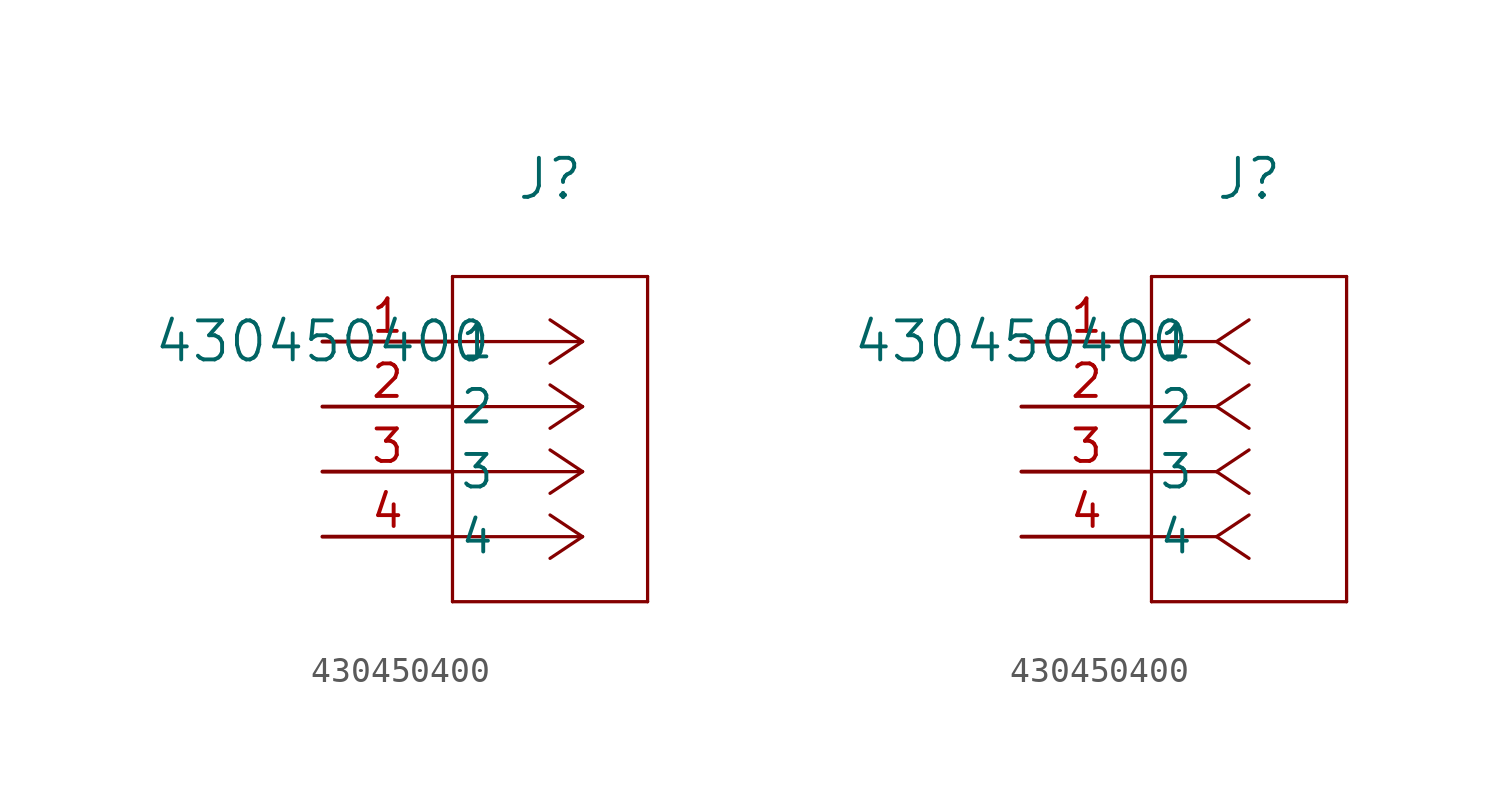
<source format=kicad_sym>
(kicad_symbol_lib
  (version 20211014)
  (generator kicad_symbol_editor)
  (symbol "430450400"
    (pin_names
      (offset 0.254))
    (property "Reference" "J"
      (at 8.89 6.35 0)
      (effects (font (size 1.524 1.524))))
    (property "Value" "430450400"
      (at 0 0 0)
      (effects (font (size 1.524 1.524))))
    (symbol "430450400_1_1"
      (polyline (pts (xy 10.16 0) (xy 5.08 0)) (stroke (width 0.127) (type default) (color 0 0 0 0)) (fill (type none)))
      (polyline (pts (xy 10.16 -2.54) (xy 5.08 -2.54)) (stroke (width 0.127) (type default) (color 0 0 0 0)) (fill (type none)))
      (polyline (pts (xy 10.16 -5.08) (xy 5.08 -5.08)) (stroke (width 0.127) (type default) (color 0 0 0 0)) (fill (type none)))
      (polyline (pts (xy 10.16 -7.62) (xy 5.08 -7.62)) (stroke (width 0.127) (type default) (color 0 0 0 0)) (fill (type none)))
      (polyline (pts (xy 10.16 0) (xy 8.89 0.847)) (stroke (width 0.127) (type default) (color 0 0 0 0)) (fill (type none)))
      (polyline (pts (xy 10.16 -2.54) (xy 8.89 -1.693)) (stroke (width 0.127) (type default) (color 0 0 0 0)) (fill (type none)))
      (polyline (pts (xy 10.16 -5.08) (xy 8.89 -4.233)) (stroke (width 0.127) (type default) (color 0 0 0 0)) (fill (type none)))
      (polyline (pts (xy 10.16 -7.62) (xy 8.89 -6.773)) (stroke (width 0.127) (type default) (color 0 0 0 0)) (fill (type none)))
      (polyline (pts (xy 10.16 0) (xy 8.89 -0.847)) (stroke (width 0.127) (type default) (color 0 0 0 0)) (fill (type none)))
      (polyline (pts (xy 10.16 -2.54) (xy 8.89 -3.387)) (stroke (width 0.127) (type default) (color 0 0 0 0)) (fill (type none)))
      (polyline (pts (xy 10.16 -5.08) (xy 8.89 -5.927)) (stroke (width 0.127) (type default) (color 0 0 0 0)) (fill (type none)))
      (polyline (pts (xy 10.16 -7.62) (xy 8.89 -8.467)) (stroke (width 0.127) (type default) (color 0 0 0 0)) (fill (type none)))
      (polyline (pts (xy 5.08 2.54) (xy 5.08 -10.16)) (stroke (width 0.127) (type default) (color 0 0 0 0)) (fill (type none)))
      (polyline (pts (xy 5.08 -10.16) (xy 12.7 -10.16)) (stroke (width 0.127) (type default) (color 0 0 0 0)) (fill (type none)))
      (polyline (pts (xy 12.7 -10.16) (xy 12.7 2.54)) (stroke (width 0.127) (type default) (color 0 0 0 0)) (fill (type none)))
      (polyline (pts (xy 12.7 2.54) (xy 5.08 2.54)) (stroke (width 0.127) (type default) (color 0 0 0 0)) (fill (type none)))
      (pin unspecified line (at 0 0 0) (length 5.08) (name "1" (effects (font (size 1.27 1.27)))) (number "1" (effects (font (size 1.27 1.27)))))
      (pin unspecified line (at 0 -2.54 0) (length 5.08) (name "2" (effects (font (size 1.27 1.27)))) (number "2" (effects (font (size 1.27 1.27)))))
      (pin unspecified line (at 0 -5.08 0) (length 5.08) (name "3" (effects (font (size 1.27 1.27)))) (number "3" (effects (font (size 1.27 1.27)))))
      (pin unspecified line (at 0 -7.62 0) (length 5.08) (name "4" (effects (font (size 1.27 1.27)))) (number "4" (effects (font (size 1.27 1.27))))))
    (symbol "430450400_1_2"
      (polyline (pts (xy 7.62 0) (xy 5.08 0)) (stroke (width 0.127) (type default) (color 0 0 0 0)) (fill (type none)))
      (polyline (pts (xy 7.62 -2.54) (xy 5.08 -2.54)) (stroke (width 0.127) (type default) (color 0 0 0 0)) (fill (type none)))
      (polyline (pts (xy 7.62 -5.08) (xy 5.08 -5.08)) (stroke (width 0.127) (type default) (color 0 0 0 0)) (fill (type none)))
      (polyline (pts (xy 7.62 -7.62) (xy 5.08 -7.62)) (stroke (width 0.127) (type default) (color 0 0 0 0)) (fill (type none)))
      (polyline (pts (xy 7.62 0) (xy 8.89 0.847)) (stroke (width 0.127) (type default) (color 0 0 0 0)) (fill (type none)))
      (polyline (pts (xy 7.62 -2.54) (xy 8.89 -1.693)) (stroke (width 0.127) (type default) (color 0 0 0 0)) (fill (type none)))
      (polyline (pts (xy 7.62 -5.08) (xy 8.89 -4.233)) (stroke (width 0.127) (type default) (color 0 0 0 0)) (fill (type none)))
      (polyline (pts (xy 7.62 -7.62) (xy 8.89 -6.773)) (stroke (width 0.127) (type default) (color 0 0 0 0)) (fill (type none)))
      (polyline (pts (xy 7.62 0) (xy 8.89 -0.847)) (stroke (width 0.127) (type default) (color 0 0 0 0)) (fill (type none)))
      (polyline (pts (xy 7.62 -2.54) (xy 8.89 -3.387)) (stroke (width 0.127) (type default) (color 0 0 0 0)) (fill (type none)))
      (polyline (pts (xy 7.62 -5.08) (xy 8.89 -5.927)) (stroke (width 0.127) (type default) (color 0 0 0 0)) (fill (type none)))
      (polyline (pts (xy 7.62 -7.62) (xy 8.89 -8.467)) (stroke (width 0.127) (type default) (color 0 0 0 0)) (fill (type none)))
      (polyline (pts (xy 5.08 2.54) (xy 5.08 -10.16)) (stroke (width 0.127) (type default) (color 0 0 0 0)) (fill (type none)))
      (polyline (pts (xy 5.08 -10.16) (xy 12.7 -10.16)) (stroke (width 0.127) (type default) (color 0 0 0 0)) (fill (type none)))
      (polyline (pts (xy 12.7 -10.16) (xy 12.7 2.54)) (stroke (width 0.127) (type default) (color 0 0 0 0)) (fill (type none)))
      (polyline (pts (xy 12.7 2.54) (xy 5.08 2.54)) (stroke (width 0.127) (type default) (color 0 0 0 0)) (fill (type none)))
      (pin unspecified line (at 0 0 0) (length 5.08) (name "1" (effects (font (size 1.27 1.27)))) (number "1" (effects (font (size 1.27 1.27)))))
      (pin unspecified line (at 0 -2.54 0) (length 5.08) (name "2" (effects (font (size 1.27 1.27)))) (number "2" (effects (font (size 1.27 1.27)))))
      (pin unspecified line (at 0 -5.08 0) (length 5.08) (name "3" (effects (font (size 1.27 1.27)))) (number "3" (effects (font (size 1.27 1.27)))))
      (pin unspecified line (at 0 -7.62 0) (length 5.08) (name "4" (effects (font (size 1.27 1.27)))) (number "4" (effects (font (size 1.27 1.27))))))))
</source>
